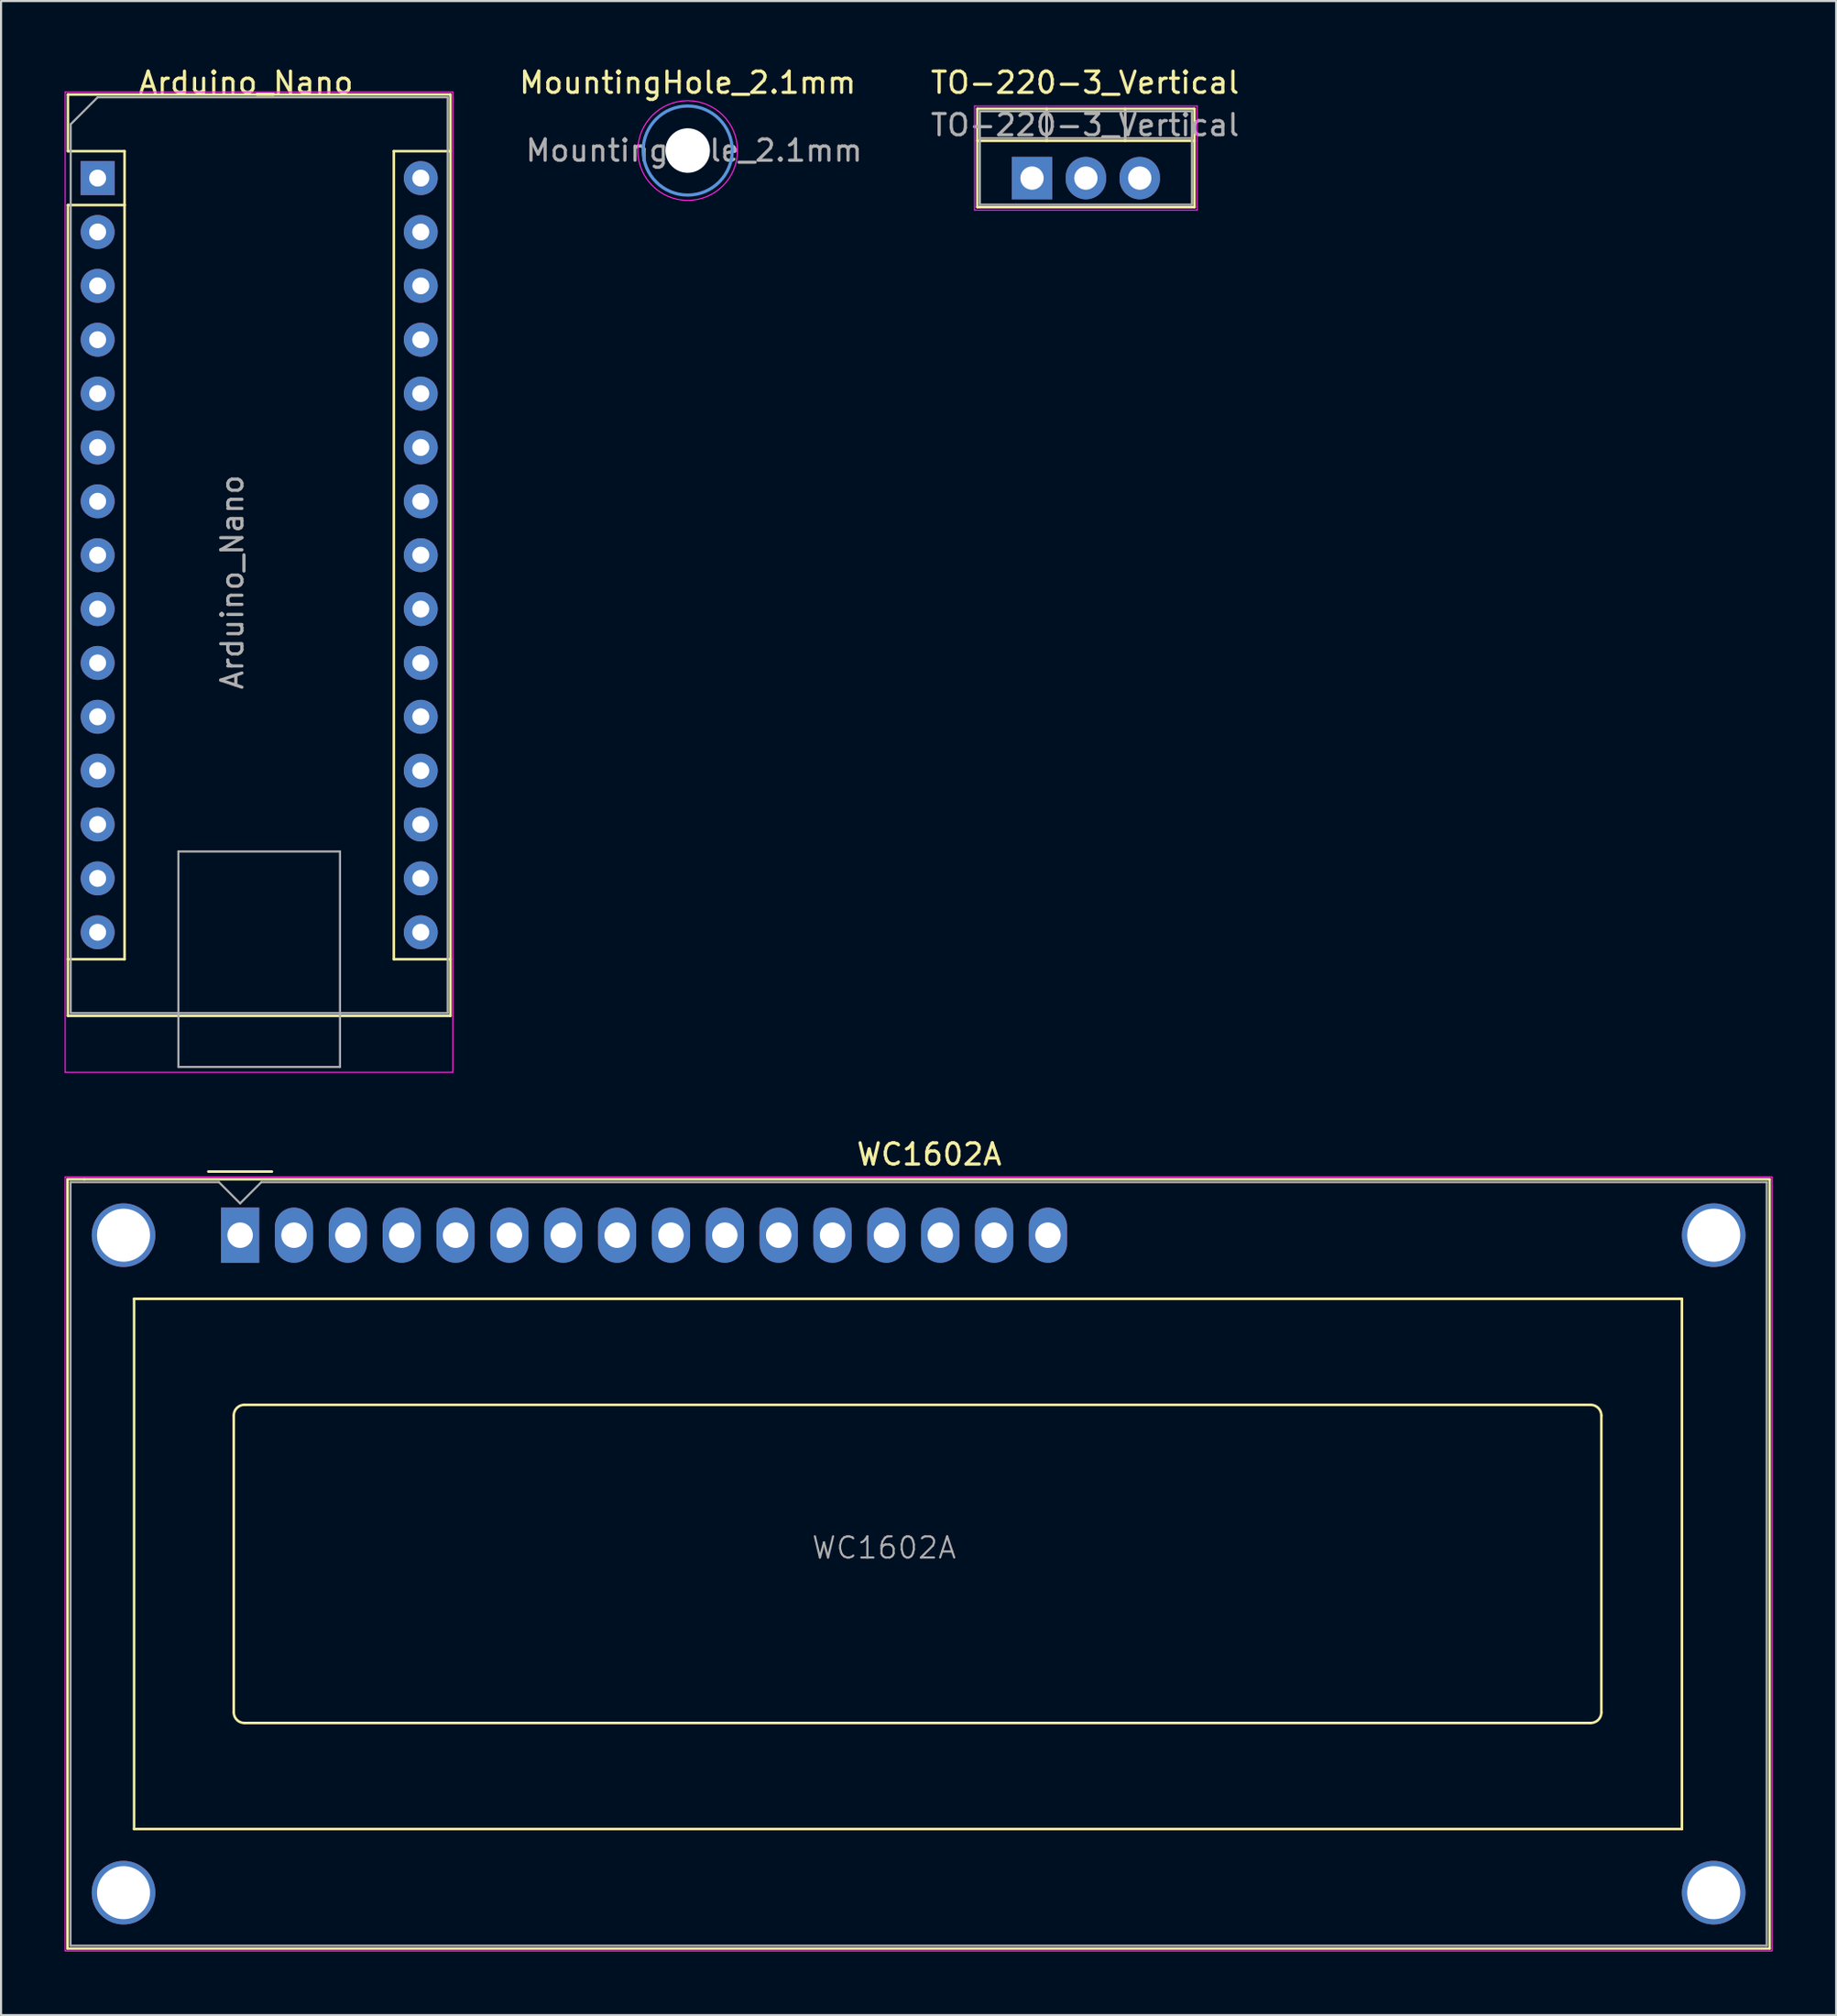
<source format=kicad_pcb>
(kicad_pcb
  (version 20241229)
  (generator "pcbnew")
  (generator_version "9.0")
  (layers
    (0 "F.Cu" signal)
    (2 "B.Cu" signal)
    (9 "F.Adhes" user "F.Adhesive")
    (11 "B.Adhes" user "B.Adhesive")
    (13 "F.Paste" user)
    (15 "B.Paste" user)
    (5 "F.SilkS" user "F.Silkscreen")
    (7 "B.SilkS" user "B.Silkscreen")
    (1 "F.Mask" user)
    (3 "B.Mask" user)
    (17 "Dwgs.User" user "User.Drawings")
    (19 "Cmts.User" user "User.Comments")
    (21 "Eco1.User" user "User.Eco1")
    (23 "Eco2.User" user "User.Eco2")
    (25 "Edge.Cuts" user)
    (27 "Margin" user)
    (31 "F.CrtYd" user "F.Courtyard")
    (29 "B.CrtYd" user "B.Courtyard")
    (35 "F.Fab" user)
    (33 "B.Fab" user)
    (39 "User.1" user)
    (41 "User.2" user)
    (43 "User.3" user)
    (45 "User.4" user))
  (footprint "WC1602A"
    (layer "F.Cu")
    (at 8.275 55.191)
    (property "Reference" "WC1602A" (at 32.5 -3.81 0) (layer "F.SilkS") (effects (font (size 1 1) (thickness 0.15))))
    (attr through_hole)
    (fp_line (start -8.14 -2.64) (end -8.14 33.64) (stroke (width 0.12) (type solid)) (layer "F.SilkS"))
    (fp_line (start -8.14 33.64) (end 72.14 33.64) (stroke (width 0.12) (type solid)) (layer "F.SilkS"))
    (fp_line (start -8.13 -2.64) (end -7.34 -2.64) (stroke (width 0.12) (type solid)) (layer "F.SilkS"))
    (fp_line (start -5 3) (end 68 3) (stroke (width 0.12) (type solid)) (layer "F.SilkS"))
    (fp_line (start -5 28) (end -5 3) (stroke (width 0.12) (type solid)) (layer "F.SilkS"))
    (fp_line (start -1.5 -3) (end 1.5 -3) (stroke (width 0.12) (type solid)) (layer "F.SilkS"))
    (fp_line (start -0.3 22.499) (end -0.3 8.5) (stroke (width 0.12) (type solid)) (layer "F.SilkS"))
    (fp_line (start 0.2 8) (end 63.7 8) (stroke (width 0.12) (type solid)) (layer "F.SilkS"))
    (fp_line (start 63.701 23) (end 0.2 23) (stroke (width 0.12) (type solid)) (layer "F.SilkS"))
    (fp_line (start 64.2 8.5) (end 64.2 22.5) (stroke (width 0.12) (type solid)) (layer "F.SilkS"))
    (fp_line (start 68 3) (end 68 28) (stroke (width 0.12) (type solid)) (layer "F.SilkS"))
    (fp_line (start 68 28) (end -5 28) (stroke (width 0.12) (type solid)) (layer "F.SilkS"))
    (fp_line (start 72.14 -2.64) (end -7.34 -2.64) (stroke (width 0.12) (type solid)) (layer "F.SilkS"))
    (fp_line (start 72.14 33.64) (end 72.14 -2.64) (stroke (width 0.12) (type solid)) (layer "F.SilkS"))
    (fp_arc (start -0.29972 8.49884) (mid -0.153162 8.145018) (end 0.20066 7.99846) (stroke (width 0.12) (type solid)) (layer "F.SilkS"))
    (fp_arc (start 0.20066 22.9997) (mid -0.153162 22.853142) (end -0.29972 22.49932) (stroke (width 0.12) (type solid)) (layer "F.SilkS"))
    (fp_arc (start 63.7 8) (mid 64.053553 8.146447) (end 64.2 8.5) (stroke (width 0.12) (type solid)) (layer "F.SilkS"))
    (fp_arc (start 64.20104 22.49932) (mid 64.054482 22.853142) (end 63.70066 22.9997) (stroke (width 0.12) (type solid)) (layer "F.SilkS"))
    (fp_line (start -8.25 -2.75) (end -8.25 33.75) (stroke (width 0.05) (type solid)) (layer "F.CrtYd"))
    (fp_line (start -8.25 -2.75) (end 72.25 -2.75) (stroke (width 0.05) (type solid)) (layer "F.CrtYd"))
    (fp_line (start -8.25 33.75) (end 72.25 33.75) (stroke (width 0.05) (type solid)) (layer "F.CrtYd"))
    (fp_line (start 72.25 -2.75) (end 72.25 33.75) (stroke (width 0.05) (type solid)) (layer "F.CrtYd"))
    (fp_line (start -8 33.5) (end -8 -2.5) (stroke (width 0.1) (type solid)) (layer "F.Fab"))
    (fp_line (start -1 -2.5) (end -8 -2.5) (stroke (width 0.1) (type solid)) (layer "F.Fab"))
    (fp_line (start 0 -1.5) (end -1 -2.5) (stroke (width 0.1) (type solid)) (layer "F.Fab"))
    (fp_line (start 1 -2.5) (end 0 -1.5) (stroke (width 0.1) (type solid)) (layer "F.Fab"))
    (fp_line (start 1 -2.5) (end 72 -2.5) (stroke (width 0.1) (type solid)) (layer "F.Fab"))
    (fp_line (start 72 -2.5) (end 72 33.5) (stroke (width 0.1) (type solid)) (layer "F.Fab"))
    (fp_line (start 72 33.5) (end -8 33.5) (stroke (width 0.1) (type solid)) (layer "F.Fab"))
    (fp_text user "${REFERENCE}" (at 30.37 14.74 0) (layer "F.Fab") (effects (font (size 1 1) (thickness 0.1))))
    (pad "" thru_hole circle (at -5.499 0) (size 3 3) (drill 2.5) (layers "*.Cu" "*.Mask"))
    (pad "" thru_hole circle (at -5.499 31.001) (size 3 3) (drill 2.5) (layers "*.Cu" "*.Mask"))
    (pad "" thru_hole circle (at 69.499 31.001) (size 3 3) (drill 2.5) (layers "*.Cu" "*.Mask"))
    (pad "" thru_hole circle (at 69.5 0) (size 3 3) (drill 2.5) (layers "*.Cu" "*.Mask"))
    (pad "1" thru_hole rect (at 0 0) (size 1.8 2.6) (drill 1.2) (layers "*.Cu" "*.Mask"))
    (pad "2" thru_hole oval (at 2.54 0) (size 1.8 2.6) (drill 1.2) (layers "*.Cu" "*.Mask"))
    (pad "3" thru_hole oval (at 5.08 0) (size 1.8 2.6) (drill 1.2) (layers "*.Cu" "*.Mask"))
    (pad "4" thru_hole oval (at 7.62 0) (size 1.8 2.6) (drill 1.2) (layers "*.Cu" "*.Mask"))
    (pad "5" thru_hole oval (at 10.16 0) (size 1.8 2.6) (drill 1.2) (layers "*.Cu" "*.Mask"))
    (pad "6" thru_hole oval (at 12.7 0) (size 1.8 2.6) (drill 1.2) (layers "*.Cu" "*.Mask"))
    (pad "7" thru_hole oval (at 15.24 0) (size 1.8 2.6) (drill 1.2) (layers "*.Cu" "*.Mask"))
    (pad "8" thru_hole oval (at 17.78 0) (size 1.8 2.6) (drill 1.2) (layers "*.Cu" "*.Mask"))
    (pad "9" thru_hole oval (at 20.32 0) (size 1.8 2.6) (drill 1.2) (layers "*.Cu" "*.Mask"))
    (pad "10" thru_hole oval (at 22.86 0) (size 1.8 2.6) (drill 1.2) (layers "*.Cu" "*.Mask"))
    (pad "11" thru_hole oval (at 25.4 0) (size 1.8 2.6) (drill 1.2) (layers "*.Cu" "*.Mask"))
    (pad "12" thru_hole oval (at 27.94 0) (size 1.8 2.6) (drill 1.2) (layers "*.Cu" "*.Mask"))
    (pad "13" thru_hole oval (at 30.48 0) (size 1.8 2.6) (drill 1.2) (layers "*.Cu" "*.Mask"))
    (pad "14" thru_hole oval (at 33.02 0) (size 1.8 2.6) (drill 1.2) (layers "*.Cu" "*.Mask"))
    (pad "15" thru_hole oval (at 35.56 0) (size 1.8 2.6) (drill 1.2) (layers "*.Cu" "*.Mask"))
    (pad "16" thru_hole oval (at 38.1 0) (size 1.8 2.6) (drill 1.2) (layers "*.Cu" "*.Mask")))
  (footprint "TO-220-3_Vertical"
    (layer "F.Cu")
    (at 45.624 5.348)
    (property "Reference" "TO-220-3_Vertical" (at 2.5 -4.5 180) (layer "F.SilkS") (effects (font (size 1 1) (thickness 0.15))))
    (attr through_hole)
    (fp_line (start -2.58 -3.27) (end -2.58 1.371) (stroke (width 0.12) (type solid)) (layer "F.SilkS"))
    (fp_line (start -2.58 -3.27) (end 7.66 -3.27) (stroke (width 0.12) (type solid)) (layer "F.SilkS"))
    (fp_line (start -2.58 -1.76) (end 7.66 -1.76) (stroke (width 0.12) (type solid)) (layer "F.SilkS"))
    (fp_line (start -2.58 1.371) (end 7.66 1.371) (stroke (width 0.12) (type solid)) (layer "F.SilkS"))
    (fp_line (start 0.69 -3.27) (end 0.69 -1.76) (stroke (width 0.12) (type solid)) (layer "F.SilkS"))
    (fp_line (start 4.391 -3.27) (end 4.391 -1.76) (stroke (width 0.12) (type solid)) (layer "F.SilkS"))
    (fp_line (start 7.66 -3.27) (end 7.66 1.371) (stroke (width 0.12) (type solid)) (layer "F.SilkS"))
    (fp_line (start -2.71 -3.4) (end -2.71 1.51) (stroke (width 0.05) (type solid)) (layer "F.CrtYd"))
    (fp_line (start -2.71 1.51) (end 7.79 1.51) (stroke (width 0.05) (type solid)) (layer "F.CrtYd"))
    (fp_line (start 7.79 -3.4) (end -2.71 -3.4) (stroke (width 0.05) (type solid)) (layer "F.CrtYd"))
    (fp_line (start 7.79 1.51) (end 7.79 -3.4) (stroke (width 0.05) (type solid)) (layer "F.CrtYd"))
    (fp_line (start -2.46 -3.15) (end -2.46 1.25) (stroke (width 0.1) (type solid)) (layer "F.Fab"))
    (fp_line (start -2.46 -1.88) (end 7.54 -1.88) (stroke (width 0.1) (type solid)) (layer "F.Fab"))
    (fp_line (start -2.46 1.25) (end 7.54 1.25) (stroke (width 0.1) (type solid)) (layer "F.Fab"))
    (fp_line (start 0.69 -3.15) (end 0.69 -1.88) (stroke (width 0.1) (type solid)) (layer "F.Fab"))
    (fp_line (start 4.39 -3.15) (end 4.39 -1.88) (stroke (width 0.1) (type solid)) (layer "F.Fab"))
    (fp_line (start 7.54 -3.15) (end -2.46 -3.15) (stroke (width 0.1) (type solid)) (layer "F.Fab"))
    (fp_line (start 7.54 1.25) (end 7.54 -3.15) (stroke (width 0.1) (type solid)) (layer "F.Fab"))
    (fp_text user "${REFERENCE}" (at 2.5 -2.5 180) (layer "F.Fab") (effects (font (size 1 1) (thickness 0.15))))
    (pad "1" thru_hole rect (at 0 0) (size 1.905 2) (drill 1.1) (layers "*.Cu" "*.Mask"))
    (pad "2" thru_hole oval (at 2.54 0) (size 1.905 2) (drill 1.1) (layers "*.Cu" "*.Mask"))
    (pad "3" thru_hole oval (at 5.08 0) (size 1.905 2) (drill 1.1) (layers "*.Cu" "*.Mask")))
  (footprint "Arduino_Nano"
    (layer "F.Cu")
    (at 1.555 5.348)
    (property "Reference" "Arduino_Nano" (at 7 -4.5 0) (layer "F.SilkS") (effects (font (size 1 1) (thickness 0.15))))
    (attr through_hole)
    (fp_line (start -1.4 -3.94) (end -1.4 -1.27) (stroke (width 0.12) (type solid)) (layer "F.SilkS"))
    (fp_line (start -1.4 1.27) (end -1.4 39.5) (stroke (width 0.12) (type solid)) (layer "F.SilkS"))
    (fp_line (start -1.4 39.5) (end 16.64 39.5) (stroke (width 0.12) (type solid)) (layer "F.SilkS"))
    (fp_line (start 1.27 -1.27) (end -1.4 -1.27) (stroke (width 0.12) (type solid)) (layer "F.SilkS"))
    (fp_line (start 1.27 1.27) (end -1.4 1.27) (stroke (width 0.12) (type solid)) (layer "F.SilkS"))
    (fp_line (start 1.27 1.27) (end 1.27 -1.27) (stroke (width 0.12) (type solid)) (layer "F.SilkS"))
    (fp_line (start 1.27 1.27) (end 1.27 36.83) (stroke (width 0.12) (type solid)) (layer "F.SilkS"))
    (fp_line (start 1.27 36.83) (end -1.4 36.83) (stroke (width 0.12) (type solid)) (layer "F.SilkS"))
    (fp_line (start 13.97 -1.27) (end 13.97 36.83) (stroke (width 0.12) (type solid)) (layer "F.SilkS"))
    (fp_line (start 13.97 -1.27) (end 16.64 -1.27) (stroke (width 0.12) (type solid)) (layer "F.SilkS"))
    (fp_line (start 13.97 36.83) (end 16.64 36.83) (stroke (width 0.12) (type solid)) (layer "F.SilkS"))
    (fp_line (start 16.64 -3.94) (end -1.4 -3.94) (stroke (width 0.12) (type solid)) (layer "F.SilkS"))
    (fp_line (start 16.64 39.5) (end 16.64 -3.94) (stroke (width 0.12) (type solid)) (layer "F.SilkS"))
    (fp_line (start -1.53 -4.06) (end -1.53 42.16) (stroke (width 0.05) (type solid)) (layer "F.CrtYd"))
    (fp_line (start -1.53 -4.06) (end 16.75 -4.06) (stroke (width 0.05) (type solid)) (layer "F.CrtYd"))
    (fp_line (start 16.75 42.16) (end -1.53 42.16) (stroke (width 0.05) (type solid)) (layer "F.CrtYd"))
    (fp_line (start 16.75 42.16) (end 16.75 -4.06) (stroke (width 0.05) (type solid)) (layer "F.CrtYd"))
    (fp_line (start -1.27 -2.54) (end 0 -3.81) (stroke (width 0.1) (type solid)) (layer "F.Fab"))
    (fp_line (start -1.27 39.37) (end -1.27 -2.54) (stroke (width 0.1) (type solid)) (layer "F.Fab"))
    (fp_line (start 0 -3.81) (end 16.51 -3.81) (stroke (width 0.1) (type solid)) (layer "F.Fab"))
    (fp_line (start 3.81 31.75) (end 11.43 31.75) (stroke (width 0.1) (type solid)) (layer "F.Fab"))
    (fp_line (start 3.81 41.91) (end 3.81 31.75) (stroke (width 0.1) (type solid)) (layer "F.Fab"))
    (fp_line (start 11.43 31.75) (end 11.43 41.91) (stroke (width 0.1) (type solid)) (layer "F.Fab"))
    (fp_line (start 11.43 41.91) (end 3.81 41.91) (stroke (width 0.1) (type solid)) (layer "F.Fab"))
    (fp_line (start 16.51 -3.81) (end 16.51 39.37) (stroke (width 0.1) (type solid)) (layer "F.Fab"))
    (fp_line (start 16.51 39.37) (end -1.27 39.37) (stroke (width 0.1) (type solid)) (layer "F.Fab"))
    (fp_text user "${REFERENCE}" (at 6.35 19.05 270) (layer "F.Fab") (effects (font (size 1 1) (thickness 0.15))))
    (pad "1" thru_hole rect (at 0 0) (size 1.6 1.6) (drill 0.8) (layers "*.Cu" "*.Mask"))
    (pad "2" thru_hole oval (at 0 2.54) (size 1.6 1.6) (drill 0.8) (layers "*.Cu" "*.Mask"))
    (pad "3" thru_hole oval (at 0 5.08) (size 1.6 1.6) (drill 0.8) (layers "*.Cu" "*.Mask"))
    (pad "4" thru_hole oval (at 0 7.62) (size 1.6 1.6) (drill 0.8) (layers "*.Cu" "*.Mask"))
    (pad "5" thru_hole oval (at 0 10.16) (size 1.6 1.6) (drill 0.8) (layers "*.Cu" "*.Mask"))
    (pad "6" thru_hole oval (at 0 12.7) (size 1.6 1.6) (drill 0.8) (layers "*.Cu" "*.Mask"))
    (pad "7" thru_hole oval (at 0 15.24) (size 1.6 1.6) (drill 0.8) (layers "*.Cu" "*.Mask"))
    (pad "8" thru_hole oval (at 0 17.78) (size 1.6 1.6) (drill 0.8) (layers "*.Cu" "*.Mask"))
    (pad "9" thru_hole oval (at 0 20.32) (size 1.6 1.6) (drill 0.8) (layers "*.Cu" "*.Mask"))
    (pad "10" thru_hole oval (at 0 22.86) (size 1.6 1.6) (drill 0.8) (layers "*.Cu" "*.Mask"))
    (pad "11" thru_hole oval (at 0 25.4) (size 1.6 1.6) (drill 0.8) (layers "*.Cu" "*.Mask"))
    (pad "12" thru_hole oval (at 0 27.94) (size 1.6 1.6) (drill 0.8) (layers "*.Cu" "*.Mask"))
    (pad "13" thru_hole oval (at 0 30.48) (size 1.6 1.6) (drill 0.8) (layers "*.Cu" "*.Mask"))
    (pad "14" thru_hole oval (at 0 33.02) (size 1.6 1.6) (drill 0.8) (layers "*.Cu" "*.Mask"))
    (pad "15" thru_hole oval (at 0 35.56) (size 1.6 1.6) (drill 0.8) (layers "*.Cu" "*.Mask"))
    (pad "16" thru_hole oval (at 15.24 35.56) (size 1.6 1.6) (drill 0.8) (layers "*.Cu" "*.Mask"))
    (pad "17" thru_hole oval (at 15.24 33.02) (size 1.6 1.6) (drill 0.8) (layers "*.Cu" "*.Mask"))
    (pad "18" thru_hole oval (at 15.24 30.48) (size 1.6 1.6) (drill 0.8) (layers "*.Cu" "*.Mask"))
    (pad "19" thru_hole oval (at 15.24 27.94) (size 1.6 1.6) (drill 0.8) (layers "*.Cu" "*.Mask"))
    (pad "20" thru_hole oval (at 15.24 25.4) (size 1.6 1.6) (drill 0.8) (layers "*.Cu" "*.Mask"))
    (pad "21" thru_hole oval (at 15.24 22.86) (size 1.6 1.6) (drill 0.8) (layers "*.Cu" "*.Mask"))
    (pad "22" thru_hole oval (at 15.24 20.32) (size 1.6 1.6) (drill 0.8) (layers "*.Cu" "*.Mask"))
    (pad "23" thru_hole oval (at 15.24 17.78) (size 1.6 1.6) (drill 0.8) (layers "*.Cu" "*.Mask"))
    (pad "24" thru_hole oval (at 15.24 15.24) (size 1.6 1.6) (drill 0.8) (layers "*.Cu" "*.Mask"))
    (pad "25" thru_hole oval (at 15.24 12.7) (size 1.6 1.6) (drill 0.8) (layers "*.Cu" "*.Mask"))
    (pad "26" thru_hole oval (at 15.24 10.16) (size 1.6 1.6) (drill 0.8) (layers "*.Cu" "*.Mask"))
    (pad "27" thru_hole oval (at 15.24 7.62) (size 1.6 1.6) (drill 0.8) (layers "*.Cu" "*.Mask"))
    (pad "28" thru_hole oval (at 15.24 5.08) (size 1.6 1.6) (drill 0.8) (layers "*.Cu" "*.Mask"))
    (pad "29" thru_hole oval (at 15.24 2.54) (size 1.6 1.6) (drill 0.8) (layers "*.Cu" "*.Mask"))
    (pad "30" thru_hole oval (at 15.24 0) (size 1.6 1.6) (drill 0.8) (layers "*.Cu" "*.Mask")))
  (footprint "MountingHole_2.1mm"
    (layer "F.Cu")
    (at 29.384 4.048)
    (property "Reference" "MountingHole_2.1mm" (at 0 -3.2 0) (layer "F.SilkS") (effects (font (size 1 1) (thickness 0.15))))
    (attr exclude_from_pos_files exclude_from_bom)
    (fp_circle (center 0 0) (end 2.1 0) (stroke (width 0.15) (type solid)) (fill no) (layer "Cmts.User"))
    (fp_circle (center 0 0) (end 2.35 0) (stroke (width 0.05) (type solid)) (fill no) (layer "F.CrtYd"))
    (fp_text user "${REFERENCE}" (at 0.3 0 0) (layer "F.Fab") (effects (font (size 1 1) (thickness 0.15))))
    (pad "" np_thru_hole circle (at 0 0) (size 2.1 2.1) (drill 2.1) (layers "*.Cu" "*.Mask")))
  (gr_rect
    (start -3 -3)
    (end 83.55 91.966)
    (stroke (width 0.1) (type default))
    (fill no)
    (layer "Edge.Cuts")))
</source>
